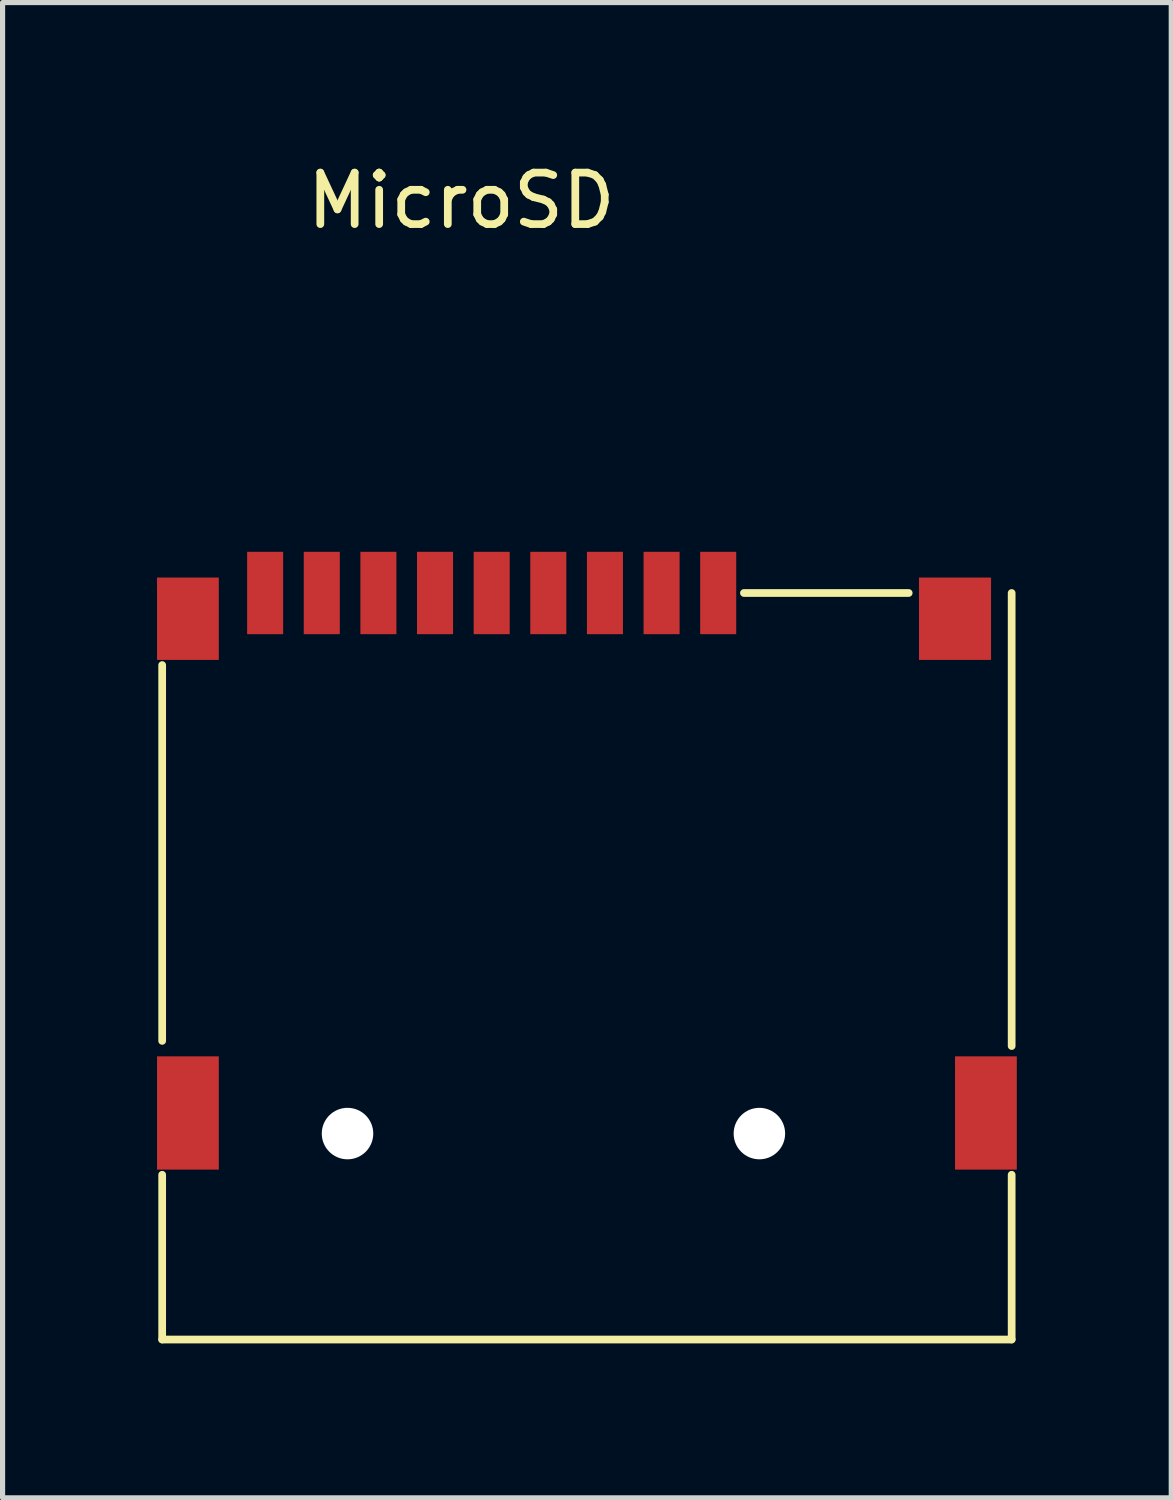
<source format=kicad_pcb>
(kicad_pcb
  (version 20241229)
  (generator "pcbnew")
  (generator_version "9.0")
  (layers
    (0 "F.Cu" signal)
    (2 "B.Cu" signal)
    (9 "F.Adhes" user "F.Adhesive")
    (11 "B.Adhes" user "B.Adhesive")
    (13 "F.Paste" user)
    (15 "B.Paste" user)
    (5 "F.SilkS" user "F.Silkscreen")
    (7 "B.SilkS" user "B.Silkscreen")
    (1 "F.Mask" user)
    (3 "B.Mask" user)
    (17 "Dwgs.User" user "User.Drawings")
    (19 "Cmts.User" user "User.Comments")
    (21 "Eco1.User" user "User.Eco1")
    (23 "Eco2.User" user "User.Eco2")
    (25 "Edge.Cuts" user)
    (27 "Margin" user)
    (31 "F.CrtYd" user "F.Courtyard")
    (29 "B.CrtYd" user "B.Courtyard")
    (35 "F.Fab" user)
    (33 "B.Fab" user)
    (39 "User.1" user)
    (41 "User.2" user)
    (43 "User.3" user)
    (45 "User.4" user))
  (footprint "MicroSD"
    (layer "F.Cu")
    (at 2.1 8.468)
    (property "Reference" "MicroSD" (at 3.81 -7.62 0) (layer "F.SilkS") (effects (font (size 1 1) (thickness 0.15))))
    (attr through_hole)
    (fp_line (start -2 1.4) (end -2 8.7) (stroke (width 0.15) (type solid)) (layer "F.SilkS"))
    (fp_line (start -2 14.5) (end -2 11.3) (stroke (width 0.15) (type solid)) (layer "F.SilkS"))
    (fp_line (start 9.3 0) (end 12.5 0) (stroke (width 0.15) (type solid)) (layer "F.SilkS"))
    (fp_line (start 14.5 8.8) (end 14.5 0) (stroke (width 0.15) (type solid)) (layer "F.SilkS"))
    (fp_line (start 14.5 11.3) (end 14.5 14.5) (stroke (width 0.15) (type solid)) (layer "F.SilkS"))
    (fp_line (start 14.5 14.5) (end -2 14.5) (stroke (width 0.15) (type solid)) (layer "F.SilkS"))
    (pad "" np_thru_hole circle (at 1.6 10.5) (size 1 1) (drill 1) (layers "*.Cu" "*.Mask"))
    (pad "" np_thru_hole circle (at 9.6 10.5) (size 1 1) (drill 1) (layers "*.Cu" "*.Mask"))
    (pad "1" smd rect (at 8.8 0) (size 0.7 1.6) (layers "F.Cu" "F.Mask" "F.Paste"))
    (pad "2" smd rect (at 7.7 0) (size 0.7 1.6) (layers "F.Cu" "F.Mask" "F.Paste"))
    (pad "3" smd rect (at 6.6 0) (size 0.7 1.6) (layers "F.Cu" "F.Mask" "F.Paste"))
    (pad "4" smd rect (at 5.5 0) (size 0.7 1.6) (layers "F.Cu" "F.Mask" "F.Paste"))
    (pad "5" smd rect (at 4.4 0) (size 0.7 1.6) (layers "F.Cu" "F.Mask" "F.Paste"))
    (pad "6" smd rect (at 3.3 0) (size 0.7 1.6) (layers "F.Cu" "F.Mask" "F.Paste"))
    (pad "7" smd rect (at 2.2 0) (size 0.7 1.6) (layers "F.Cu" "F.Mask" "F.Paste"))
    (pad "8" smd rect (at 1.1 0) (size 0.7 1.6) (layers "F.Cu" "F.Mask" "F.Paste"))
    (pad "9" smd rect (at 0 0) (size 0.7 1.6) (layers "F.Cu" "F.Mask" "F.Paste"))
    (pad "10" smd rect (at -1.5 0.5) (size 1.2 1.6) (layers "F.Cu" "F.Mask" "F.Paste"))
    (pad "10" smd rect (at -1.5 10.1) (size 1.2 2.2) (layers "F.Cu" "F.Mask" "F.Paste"))
    (pad "10" smd rect (at 13.4 0.5) (size 1.4 1.6) (layers "F.Cu" "F.Mask" "F.Paste"))
    (pad "10" smd rect (at 14 10.1) (size 1.2 2.2) (layers "F.Cu" "F.Mask" "F.Paste")))
  (gr_rect
    (start -3 -3)
    (end 19.7 26.043)
    (stroke (width 0.1) (type default))
    (fill no)
    (layer "Edge.Cuts")))
</source>
